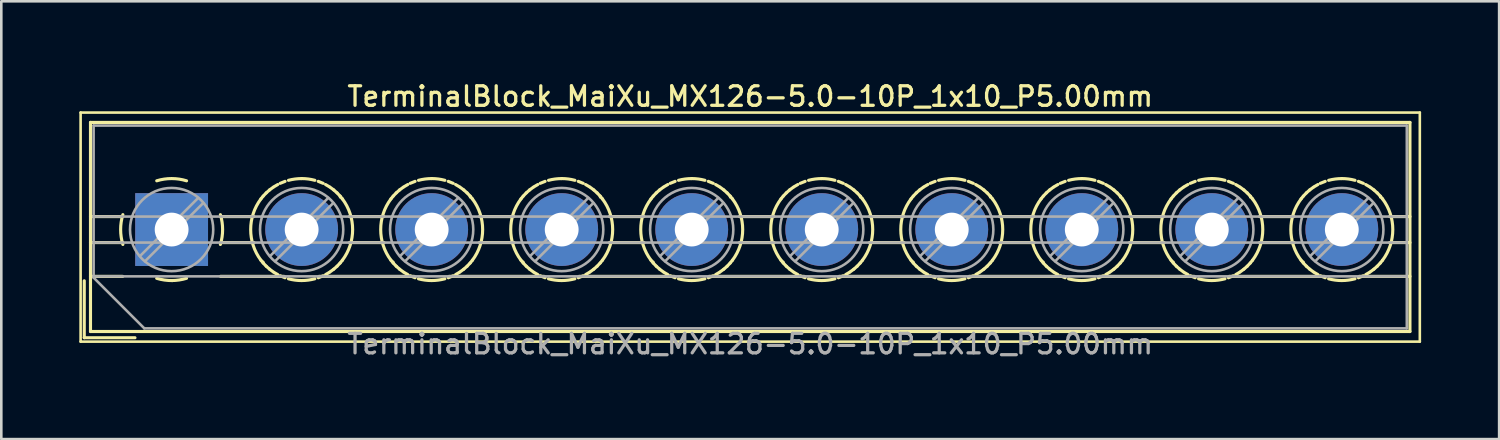
<source format=kicad_pcb>
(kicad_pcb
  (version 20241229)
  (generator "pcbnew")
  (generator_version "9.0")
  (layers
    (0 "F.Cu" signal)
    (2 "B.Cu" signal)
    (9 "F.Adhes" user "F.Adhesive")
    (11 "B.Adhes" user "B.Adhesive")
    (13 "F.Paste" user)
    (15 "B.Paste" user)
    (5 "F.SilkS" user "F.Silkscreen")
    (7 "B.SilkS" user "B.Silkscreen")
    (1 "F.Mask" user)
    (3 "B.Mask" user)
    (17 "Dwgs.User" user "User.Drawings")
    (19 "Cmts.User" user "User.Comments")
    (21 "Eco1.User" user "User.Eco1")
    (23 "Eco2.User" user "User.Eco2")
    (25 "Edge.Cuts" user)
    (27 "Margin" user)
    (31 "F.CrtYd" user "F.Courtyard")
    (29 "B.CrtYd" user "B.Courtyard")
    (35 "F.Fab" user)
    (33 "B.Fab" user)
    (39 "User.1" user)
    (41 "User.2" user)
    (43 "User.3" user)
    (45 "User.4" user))
  (footprint "TerminalBlock_MaiXu_MX126-5.0-10P_1x10_P5.00mm"
    (layer "F.Cu")
    (at 3.55 5.778)
    (property "Reference" "TerminalBlock_MaiXu_MX126-5.0-10P_1x10_P5.00mm" (at 22.25 -5.12 0) (layer "F.SilkS") (effects (font (size 0.75 0.75) (thickness 0.125))))
    (attr through_hole)
    (fp_line (start -3.5 -4.5) (end -3.5 4.31) (stroke (width 0.1) (type solid)) (layer "F.SilkS"))
    (fp_line (start -3.5 4.31) (end 48 4.31) (stroke (width 0.1) (type solid)) (layer "F.SilkS"))
    (fp_line (start -3.36 1.97) (end -3.36 4.16) (stroke (width 0.12) (type solid)) (layer "F.SilkS"))
    (fp_line (start -3.36 4.16) (end -1.41 4.16) (stroke (width 0.12) (type solid)) (layer "F.SilkS"))
    (fp_line (start -3.12 -4.12) (end -3.12 3.92) (stroke (width 0.12) (type solid)) (layer "F.SilkS"))
    (fp_line (start -3.12 -4.12) (end 47.62 -4.12) (stroke (width 0.12) (type solid)) (layer "F.SilkS"))
    (fp_line (start -3.12 -0.5) (end -1.88 -0.5) (stroke (width 0.12) (type solid)) (layer "F.SilkS"))
    (fp_line (start -3.12 0.5) (end -1.88 0.5) (stroke (width 0.12) (type solid)) (layer "F.SilkS"))
    (fp_line (start -3.12 1.8) (end -1.88 1.8) (stroke (width 0.12) (type solid)) (layer "F.SilkS"))
    (fp_line (start -3.12 3.92) (end 47.62 3.92) (stroke (width 0.12) (type solid)) (layer "F.SilkS"))
    (fp_line (start 1.88 -0.5) (end 3.165 -0.5) (stroke (width 0.12) (type solid)) (layer "F.SilkS"))
    (fp_line (start 1.88 0.5) (end 3.165 0.5) (stroke (width 0.12) (type solid)) (layer "F.SilkS"))
    (fp_line (start 1.88 1.8) (end 4.331 1.8) (stroke (width 0.12) (type solid)) (layer "F.SilkS"))
    (fp_line (start 3.514 1.248) (end 3.514 1.248) (stroke (width 0.12) (type solid)) (layer "F.SilkS"))
    (fp_line (start 5.67 1.8) (end 9.331 1.8) (stroke (width 0.12) (type solid)) (layer "F.SilkS"))
    (fp_line (start 6.487 -1.248) (end 6.487 -1.248) (stroke (width 0.12) (type solid)) (layer "F.SilkS"))
    (fp_line (start 6.836 -0.5) (end 8.165 -0.5) (stroke (width 0.12) (type solid)) (layer "F.SilkS"))
    (fp_line (start 6.836 0.5) (end 8.165 0.5) (stroke (width 0.12) (type solid)) (layer "F.SilkS"))
    (fp_line (start 8.514 1.248) (end 8.514 1.248) (stroke (width 0.12) (type solid)) (layer "F.SilkS"))
    (fp_line (start 10.67 1.8) (end 14.331 1.8) (stroke (width 0.12) (type solid)) (layer "F.SilkS"))
    (fp_line (start 11.487 -1.248) (end 11.487 -1.248) (stroke (width 0.12) (type solid)) (layer "F.SilkS"))
    (fp_line (start 11.836 -0.5) (end 13.165 -0.5) (stroke (width 0.12) (type solid)) (layer "F.SilkS"))
    (fp_line (start 11.836 0.5) (end 13.165 0.5) (stroke (width 0.12) (type solid)) (layer "F.SilkS"))
    (fp_line (start 13.514 1.248) (end 13.514 1.248) (stroke (width 0.12) (type solid)) (layer "F.SilkS"))
    (fp_line (start 15.67 1.8) (end 19.331 1.8) (stroke (width 0.12) (type solid)) (layer "F.SilkS"))
    (fp_line (start 16.487 -1.248) (end 16.487 -1.248) (stroke (width 0.12) (type solid)) (layer "F.SilkS"))
    (fp_line (start 16.836 -0.5) (end 18.165 -0.5) (stroke (width 0.12) (type solid)) (layer "F.SilkS"))
    (fp_line (start 16.836 0.5) (end 18.165 0.5) (stroke (width 0.12) (type solid)) (layer "F.SilkS"))
    (fp_line (start 18.514 1.248) (end 18.514 1.248) (stroke (width 0.12) (type solid)) (layer "F.SilkS"))
    (fp_line (start 20.67 1.8) (end 24.331 1.8) (stroke (width 0.12) (type solid)) (layer "F.SilkS"))
    (fp_line (start 21.487 -1.248) (end 21.487 -1.248) (stroke (width 0.12) (type solid)) (layer "F.SilkS"))
    (fp_line (start 21.836 -0.5) (end 23.165 -0.5) (stroke (width 0.12) (type solid)) (layer "F.SilkS"))
    (fp_line (start 21.836 0.5) (end 23.165 0.5) (stroke (width 0.12) (type solid)) (layer "F.SilkS"))
    (fp_line (start 23.514 1.248) (end 23.514 1.248) (stroke (width 0.12) (type solid)) (layer "F.SilkS"))
    (fp_line (start 25.67 1.8) (end 29.331 1.8) (stroke (width 0.12) (type solid)) (layer "F.SilkS"))
    (fp_line (start 26.487 -1.248) (end 26.487 -1.248) (stroke (width 0.12) (type solid)) (layer "F.SilkS"))
    (fp_line (start 26.836 -0.5) (end 28.165 -0.5) (stroke (width 0.12) (type solid)) (layer "F.SilkS"))
    (fp_line (start 26.836 0.5) (end 28.165 0.5) (stroke (width 0.12) (type solid)) (layer "F.SilkS"))
    (fp_line (start 28.514 1.248) (end 28.514 1.248) (stroke (width 0.12) (type solid)) (layer "F.SilkS"))
    (fp_line (start 30.67 1.8) (end 34.331 1.8) (stroke (width 0.12) (type solid)) (layer "F.SilkS"))
    (fp_line (start 31.487 -1.248) (end 31.487 -1.248) (stroke (width 0.12) (type solid)) (layer "F.SilkS"))
    (fp_line (start 31.836 -0.5) (end 33.165 -0.5) (stroke (width 0.12) (type solid)) (layer "F.SilkS"))
    (fp_line (start 31.836 0.5) (end 33.165 0.5) (stroke (width 0.12) (type solid)) (layer "F.SilkS"))
    (fp_line (start 33.514 1.248) (end 33.514 1.248) (stroke (width 0.12) (type solid)) (layer "F.SilkS"))
    (fp_line (start 35.67 1.8) (end 39.331 1.8) (stroke (width 0.12) (type solid)) (layer "F.SilkS"))
    (fp_line (start 36.487 -1.248) (end 36.487 -1.248) (stroke (width 0.12) (type solid)) (layer "F.SilkS"))
    (fp_line (start 36.836 -0.5) (end 38.165 -0.5) (stroke (width 0.12) (type solid)) (layer "F.SilkS"))
    (fp_line (start 36.836 0.5) (end 38.165 0.5) (stroke (width 0.12) (type solid)) (layer "F.SilkS"))
    (fp_line (start 38.514 1.248) (end 38.514 1.248) (stroke (width 0.12) (type solid)) (layer "F.SilkS"))
    (fp_line (start 40.67 1.8) (end 44.331 1.8) (stroke (width 0.12) (type solid)) (layer "F.SilkS"))
    (fp_line (start 41.487 -1.248) (end 41.487 -1.248) (stroke (width 0.12) (type solid)) (layer "F.SilkS"))
    (fp_line (start 41.836 -0.5) (end 43.165 -0.5) (stroke (width 0.12) (type solid)) (layer "F.SilkS"))
    (fp_line (start 41.836 0.5) (end 43.165 0.5) (stroke (width 0.12) (type solid)) (layer "F.SilkS"))
    (fp_line (start 43.514 1.248) (end 43.514 1.248) (stroke (width 0.12) (type solid)) (layer "F.SilkS"))
    (fp_line (start 45.67 1.8) (end 47.62 1.8) (stroke (width 0.12) (type solid)) (layer "F.SilkS"))
    (fp_line (start 46.487 -1.248) (end 46.487 -1.248) (stroke (width 0.12) (type solid)) (layer "F.SilkS"))
    (fp_line (start 46.836 -0.5) (end 47.62 -0.5) (stroke (width 0.12) (type solid)) (layer "F.SilkS"))
    (fp_line (start 46.836 0.5) (end 47.62 0.5) (stroke (width 0.12) (type solid)) (layer "F.SilkS"))
    (fp_line (start 47.62 -4.12) (end 47.62 3.92) (stroke (width 0.12) (type solid)) (layer "F.SilkS"))
    (fp_line (start 48 -4.5) (end -3.5 -4.5) (stroke (width 0.1) (type solid)) (layer "F.SilkS"))
    (fp_line (start 48 4.31) (end 48 -4.5) (stroke (width 0.1) (type solid)) (layer "F.SilkS"))
    (fp_arc (start -1.875422 0.572619) (mid -1.960893 -0.000722) (end -1.875 -0.574) (stroke (width 0.12) (type solid)) (layer "F.SilkS"))
    (fp_arc (start -0.572619 -1.875422) (mid 0.000722 -1.960893) (end 0.574 -1.875) (stroke (width 0.12) (type solid)) (layer "F.SilkS"))
    (fp_arc (start 0.0335 1.960607) (mid -0.273618 1.941709) (end -0.574 1.875) (stroke (width 0.12) (type solid)) (layer "F.SilkS"))
    (fp_arc (start 0.573049 1.874357) (mid 0.289706 1.938471) (end 0 1.96) (stroke (width 0.12) (type solid)) (layer "F.SilkS"))
    (fp_arc (start 1.875422 -0.572619) (mid 1.960893 0.000722) (end 1.875 0.574) (stroke (width 0.12) (type solid)) (layer "F.SilkS"))
    (fp_arc (start 3.434339 1.179122) (mid 3.039994 -0.000549) (end 3.435 -1.18) (stroke (width 0.12) (type solid)) (layer "F.SilkS"))
    (fp_arc (start 3.434826 -1.180695) (mid 3.476985 -1.2346) (end 3.521 -1.287) (stroke (width 0.12) (type solid)) (layer "F.SilkS"))
    (fp_arc (start 3.521125 1.286294) (mid 3.477135 1.233899) (end 3.435 1.18) (stroke (width 0.12) (type solid)) (layer "F.SilkS"))
    (fp_arc (start 3.521202 -1.287012) (mid 3.578748 -1.350291) (end 3.639 -1.411) (stroke (width 0.12) (type solid)) (layer "F.SilkS"))
    (fp_arc (start 3.63871 1.41001) (mid 3.578502 1.349289) (end 3.521 1.286) (stroke (width 0.12) (type solid)) (layer "F.SilkS"))
    (fp_arc (start 3.638867 -1.410738) (mid 3.701698 -1.468767) (end 3.767 -1.524) (stroke (width 0.12) (type solid)) (layer "F.SilkS"))
    (fp_arc (start 3.767069 1.523253) (mid 3.701799 1.468024) (end 3.639 1.41) (stroke (width 0.12) (type solid)) (layer "F.SilkS"))
    (fp_arc (start 3.767452 -1.524377) (mid 3.835117 -1.576689) (end 3.905 -1.626) (stroke (width 0.12) (type solid)) (layer "F.SilkS"))
    (fp_arc (start 3.904517 1.625664) (mid 3.834649 1.576332) (end 3.767 1.524) (stroke (width 0.12) (type solid)) (layer "F.SilkS"))
    (fp_arc (start 3.93363 -1.644317) (mid 4.00637 -1.689266) (end 4.081 -1.731) (stroke (width 0.12) (type solid)) (layer "F.SilkS"))
    (fp_arc (start 4.080344 1.730739) (mid 4.005726 1.688977) (end 3.933 1.644) (stroke (width 0.12) (type solid)) (layer "F.SilkS"))
    (fp_arc (start 4.172694 -1.777259) (mid 4.266842 -1.818121) (end 4.363 -1.854) (stroke (width 0.12) (type solid)) (layer "F.SilkS"))
    (fp_arc (start 4.362283 1.853815) (mid 4.266136 1.817899) (end 4.172 1.777) (stroke (width 0.12) (type solid)) (layer "F.SilkS"))
    (fp_arc (start 4.493681 -1.893473) (mid 4.74516 -1.943362) (end 5.001 -1.96) (stroke (width 0.12) (type solid)) (layer "F.SilkS"))
    (fp_arc (start 5.000479 1.960685) (mid 4.744554 1.943973) (end 4.493 1.894) (stroke (width 0.12) (type solid)) (layer "F.SilkS"))
    (fp_arc (start 5.000487 -1.960944) (mid 5.256437 -1.944104) (end 5.508 -1.894) (stroke (width 0.12) (type solid)) (layer "F.SilkS"))
    (fp_arc (start 5.507285 1.893215) (mid 5.255831 1.943232) (end 5 1.96) (stroke (width 0.12) (type solid)) (layer "F.SilkS"))
    (fp_arc (start 5.638712 -1.85392) (mid 5.734863 -1.817951) (end 5.829 -1.777) (stroke (width 0.12) (type solid)) (layer "F.SilkS"))
    (fp_arc (start 5.829295 1.77705) (mid 5.735155 1.818016) (end 5.639 1.854) (stroke (width 0.12) (type solid)) (layer "F.SilkS"))
    (fp_arc (start 5.920652 -1.730826) (mid 5.995273 -1.689021) (end 6.068 -1.644) (stroke (width 0.12) (type solid)) (layer "F.SilkS"))
    (fp_arc (start 6.068362 1.644143) (mid 5.995629 1.689179) (end 5.921 1.731) (stroke (width 0.12) (type solid)) (layer "F.SilkS"))
    (fp_arc (start 6.096479 -1.625751) (mid 6.16635 -1.576376) (end 6.234 -1.524) (stroke (width 0.12) (type solid)) (layer "F.SilkS"))
    (fp_arc (start 6.233457 1.523294) (mid 6.165838 1.575647) (end 6.096 1.625) (stroke (width 0.12) (type solid)) (layer "F.SilkS"))
    (fp_arc (start 6.233928 -1.523341) (mid 6.2992 -1.468068) (end 6.362 -1.41) (stroke (width 0.12) (type solid)) (layer "F.SilkS"))
    (fp_arc (start 6.36213 1.410651) (mid 6.299301 1.468723) (end 6.234 1.524) (stroke (width 0.12) (type solid)) (layer "F.SilkS"))
    (fp_arc (start 6.362286 -1.410097) (mid 6.422497 -1.349333) (end 6.48 -1.286) (stroke (width 0.12) (type solid)) (layer "F.SilkS"))
    (fp_arc (start 6.479707 1.285928) (mid 6.422207 1.349248) (end 6.362 1.41) (stroke (width 0.12) (type solid)) (layer "F.SilkS"))
    (fp_arc (start 6.479873 -1.286364) (mid 6.523865 -1.233934) (end 6.566 -1.18) (stroke (width 0.12) (type solid)) (layer "F.SilkS"))
    (fp_arc (start 6.565937 -1.180084) (mid 6.960805 -0.000052) (end 6.566 1.18) (stroke (width 0.12) (type solid)) (layer "F.SilkS"))
    (fp_arc (start 6.566102 1.179628) (mid 6.523979 1.233565) (end 6.48 1.286) (stroke (width 0.12) (type solid)) (layer "F.SilkS"))
    (fp_arc (start 8.434339 1.179122) (mid 8.039994 -0.000549) (end 8.435 -1.18) (stroke (width 0.12) (type solid)) (layer "F.SilkS"))
    (fp_arc (start 8.434826 -1.180695) (mid 8.476985 -1.2346) (end 8.521 -1.287) (stroke (width 0.12) (type solid)) (layer "F.SilkS"))
    (fp_arc (start 8.521125 1.286294) (mid 8.477135 1.233899) (end 8.435 1.18) (stroke (width 0.12) (type solid)) (layer "F.SilkS"))
    (fp_arc (start 8.521202 -1.287012) (mid 8.578748 -1.350291) (end 8.639 -1.411) (stroke (width 0.12) (type solid)) (layer "F.SilkS"))
    (fp_arc (start 8.63871 1.41001) (mid 8.578502 1.349289) (end 8.521 1.286) (stroke (width 0.12) (type solid)) (layer "F.SilkS"))
    (fp_arc (start 8.638867 -1.410738) (mid 8.701698 -1.468767) (end 8.767 -1.524) (stroke (width 0.12) (type solid)) (layer "F.SilkS"))
    (fp_arc (start 8.767069 1.523253) (mid 8.701799 1.468024) (end 8.639 1.41) (stroke (width 0.12) (type solid)) (layer "F.SilkS"))
    (fp_arc (start 8.767452 -1.524377) (mid 8.835117 -1.576689) (end 8.905 -1.626) (stroke (width 0.12) (type solid)) (layer "F.SilkS"))
    (fp_arc (start 8.904517 1.625664) (mid 8.834649 1.576332) (end 8.767 1.524) (stroke (width 0.12) (type solid)) (layer "F.SilkS"))
    (fp_arc (start 8.93363 -1.644317) (mid 9.00637 -1.689266) (end 9.081 -1.731) (stroke (width 0.12) (type solid)) (layer "F.SilkS"))
    (fp_arc (start 9.080344 1.730739) (mid 9.005726 1.688977) (end 8.933 1.644) (stroke (width 0.12) (type solid)) (layer "F.SilkS"))
    (fp_arc (start 9.172694 -1.777259) (mid 9.266842 -1.818121) (end 9.363 -1.854) (stroke (width 0.12) (type solid)) (layer "F.SilkS"))
    (fp_arc (start 9.362283 1.853815) (mid 9.266136 1.817899) (end 9.172 1.777) (stroke (width 0.12) (type solid)) (layer "F.SilkS"))
    (fp_arc (start 9.493681 -1.893473) (mid 9.74516 -1.943362) (end 10.001 -1.96) (stroke (width 0.12) (type solid)) (layer "F.SilkS"))
    (fp_arc (start 10.000479 1.960685) (mid 9.744554 1.943973) (end 9.493 1.894) (stroke (width 0.12) (type solid)) (layer "F.SilkS"))
    (fp_arc (start 10.000487 -1.960944) (mid 10.256437 -1.944104) (end 10.508 -1.894) (stroke (width 0.12) (type solid)) (layer "F.SilkS"))
    (fp_arc (start 10.507285 1.893215) (mid 10.255831 1.943232) (end 10 1.96) (stroke (width 0.12) (type solid)) (layer "F.SilkS"))
    (fp_arc (start 10.638712 -1.85392) (mid 10.734863 -1.817951) (end 10.829 -1.777) (stroke (width 0.12) (type solid)) (layer "F.SilkS"))
    (fp_arc (start 10.829295 1.77705) (mid 10.735155 1.818016) (end 10.639 1.854) (stroke (width 0.12) (type solid)) (layer "F.SilkS"))
    (fp_arc (start 10.920652 -1.730826) (mid 10.995273 -1.689021) (end 11.068 -1.644) (stroke (width 0.12) (type solid)) (layer "F.SilkS"))
    (fp_arc (start 11.068362 1.644143) (mid 10.995629 1.689179) (end 10.921 1.731) (stroke (width 0.12) (type solid)) (layer "F.SilkS"))
    (fp_arc (start 11.096479 -1.625751) (mid 11.16635 -1.576376) (end 11.234 -1.524) (stroke (width 0.12) (type solid)) (layer "F.SilkS"))
    (fp_arc (start 11.233457 1.523294) (mid 11.165838 1.575647) (end 11.096 1.625) (stroke (width 0.12) (type solid)) (layer "F.SilkS"))
    (fp_arc (start 11.233928 -1.523341) (mid 11.2992 -1.468068) (end 11.362 -1.41) (stroke (width 0.12) (type solid)) (layer "F.SilkS"))
    (fp_arc (start 11.36213 1.410651) (mid 11.299301 1.468723) (end 11.234 1.524) (stroke (width 0.12) (type solid)) (layer "F.SilkS"))
    (fp_arc (start 11.362286 -1.410097) (mid 11.422497 -1.349333) (end 11.48 -1.286) (stroke (width 0.12) (type solid)) (layer "F.SilkS"))
    (fp_arc (start 11.479707 1.285928) (mid 11.422207 1.349248) (end 11.362 1.41) (stroke (width 0.12) (type solid)) (layer "F.SilkS"))
    (fp_arc (start 11.479873 -1.286364) (mid 11.523865 -1.233934) (end 11.566 -1.18) (stroke (width 0.12) (type solid)) (layer "F.SilkS"))
    (fp_arc (start 11.565937 -1.180084) (mid 11.960805 -0.000052) (end 11.566 1.18) (stroke (width 0.12) (type solid)) (layer "F.SilkS"))
    (fp_arc (start 11.566102 1.179628) (mid 11.523979 1.233565) (end 11.48 1.286) (stroke (width 0.12) (type solid)) (layer "F.SilkS"))
    (fp_arc (start 13.434339 1.179122) (mid 13.039994 -0.000549) (end 13.435 -1.18) (stroke (width 0.12) (type solid)) (layer "F.SilkS"))
    (fp_arc (start 13.434826 -1.180695) (mid 13.476985 -1.2346) (end 13.521 -1.287) (stroke (width 0.12) (type solid)) (layer "F.SilkS"))
    (fp_arc (start 13.521125 1.286294) (mid 13.477135 1.233899) (end 13.435 1.18) (stroke (width 0.12) (type solid)) (layer "F.SilkS"))
    (fp_arc (start 13.521202 -1.287012) (mid 13.578748 -1.350291) (end 13.639 -1.411) (stroke (width 0.12) (type solid)) (layer "F.SilkS"))
    (fp_arc (start 13.63871 1.41001) (mid 13.578502 1.349289) (end 13.521 1.286) (stroke (width 0.12) (type solid)) (layer "F.SilkS"))
    (fp_arc (start 13.638867 -1.410738) (mid 13.701698 -1.468767) (end 13.767 -1.524) (stroke (width 0.12) (type solid)) (layer "F.SilkS"))
    (fp_arc (start 13.767069 1.523253) (mid 13.701799 1.468024) (end 13.639 1.41) (stroke (width 0.12) (type solid)) (layer "F.SilkS"))
    (fp_arc (start 13.767452 -1.524377) (mid 13.835117 -1.576689) (end 13.905 -1.626) (stroke (width 0.12) (type solid)) (layer "F.SilkS"))
    (fp_arc (start 13.904517 1.625664) (mid 13.834649 1.576332) (end 13.767 1.524) (stroke (width 0.12) (type solid)) (layer "F.SilkS"))
    (fp_arc (start 13.93363 -1.644317) (mid 14.00637 -1.689266) (end 14.081 -1.731) (stroke (width 0.12) (type solid)) (layer "F.SilkS"))
    (fp_arc (start 14.080344 1.730739) (mid 14.005726 1.688977) (end 13.933 1.644) (stroke (width 0.12) (type solid)) (layer "F.SilkS"))
    (fp_arc (start 14.172694 -1.777259) (mid 14.266842 -1.818121) (end 14.363 -1.854) (stroke (width 0.12) (type solid)) (layer "F.SilkS"))
    (fp_arc (start 14.362283 1.853815) (mid 14.266136 1.817899) (end 14.172 1.777) (stroke (width 0.12) (type solid)) (layer "F.SilkS"))
    (fp_arc (start 14.493681 -1.893473) (mid 14.74516 -1.943362) (end 15.001 -1.96) (stroke (width 0.12) (type solid)) (layer "F.SilkS"))
    (fp_arc (start 15.000479 1.960685) (mid 14.744554 1.943973) (end 14.493 1.894) (stroke (width 0.12) (type solid)) (layer "F.SilkS"))
    (fp_arc (start 15.000487 -1.960944) (mid 15.256437 -1.944104) (end 15.508 -1.894) (stroke (width 0.12) (type solid)) (layer "F.SilkS"))
    (fp_arc (start 15.507285 1.893215) (mid 15.255831 1.943232) (end 15 1.96) (stroke (width 0.12) (type solid)) (layer "F.SilkS"))
    (fp_arc (start 15.638712 -1.85392) (mid 15.734863 -1.817951) (end 15.829 -1.777) (stroke (width 0.12) (type solid)) (layer "F.SilkS"))
    (fp_arc (start 15.829295 1.77705) (mid 15.735155 1.818016) (end 15.639 1.854) (stroke (width 0.12) (type solid)) (layer "F.SilkS"))
    (fp_arc (start 15.920652 -1.730826) (mid 15.995273 -1.689021) (end 16.068 -1.644) (stroke (width 0.12) (type solid)) (layer "F.SilkS"))
    (fp_arc (start 16.068362 1.644143) (mid 15.995629 1.689179) (end 15.921 1.731) (stroke (width 0.12) (type solid)) (layer "F.SilkS"))
    (fp_arc (start 16.096479 -1.625751) (mid 16.16635 -1.576376) (end 16.234 -1.524) (stroke (width 0.12) (type solid)) (layer "F.SilkS"))
    (fp_arc (start 16.233457 1.523294) (mid 16.165838 1.575647) (end 16.096 1.625) (stroke (width 0.12) (type solid)) (layer "F.SilkS"))
    (fp_arc (start 16.233928 -1.523341) (mid 16.2992 -1.468068) (end 16.362 -1.41) (stroke (width 0.12) (type solid)) (layer "F.SilkS"))
    (fp_arc (start 16.36213 1.410651) (mid 16.299301 1.468723) (end 16.234 1.524) (stroke (width 0.12) (type solid)) (layer "F.SilkS"))
    (fp_arc (start 16.362286 -1.410097) (mid 16.422497 -1.349333) (end 16.48 -1.286) (stroke (width 0.12) (type solid)) (layer "F.SilkS"))
    (fp_arc (start 16.479707 1.285928) (mid 16.422207 1.349248) (end 16.362 1.41) (stroke (width 0.12) (type solid)) (layer "F.SilkS"))
    (fp_arc (start 16.479873 -1.286364) (mid 16.523865 -1.233934) (end 16.566 -1.18) (stroke (width 0.12) (type solid)) (layer "F.SilkS"))
    (fp_arc (start 16.565937 -1.180084) (mid 16.960805 -0.000052) (end 16.566 1.18) (stroke (width 0.12) (type solid)) (layer "F.SilkS"))
    (fp_arc (start 16.566102 1.179628) (mid 16.523979 1.233565) (end 16.48 1.286) (stroke (width 0.12) (type solid)) (layer "F.SilkS"))
    (fp_arc (start 18.434339 1.179122) (mid 18.039994 -0.000549) (end 18.435 -1.18) (stroke (width 0.12) (type solid)) (layer "F.SilkS"))
    (fp_arc (start 18.434826 -1.180695) (mid 18.476985 -1.2346) (end 18.521 -1.287) (stroke (width 0.12) (type solid)) (layer "F.SilkS"))
    (fp_arc (start 18.521125 1.286294) (mid 18.477135 1.233899) (end 18.435 1.18) (stroke (width 0.12) (type solid)) (layer "F.SilkS"))
    (fp_arc (start 18.521202 -1.287012) (mid 18.578748 -1.350291) (end 18.639 -1.411) (stroke (width 0.12) (type solid)) (layer "F.SilkS"))
    (fp_arc (start 18.63871 1.41001) (mid 18.578502 1.349289) (end 18.521 1.286) (stroke (width 0.12) (type solid)) (layer "F.SilkS"))
    (fp_arc (start 18.638867 -1.410738) (mid 18.701698 -1.468767) (end 18.767 -1.524) (stroke (width 0.12) (type solid)) (layer "F.SilkS"))
    (fp_arc (start 18.767069 1.523253) (mid 18.701799 1.468024) (end 18.639 1.41) (stroke (width 0.12) (type solid)) (layer "F.SilkS"))
    (fp_arc (start 18.767452 -1.524377) (mid 18.835117 -1.576689) (end 18.905 -1.626) (stroke (width 0.12) (type solid)) (layer "F.SilkS"))
    (fp_arc (start 18.904517 1.625664) (mid 18.834649 1.576332) (end 18.767 1.524) (stroke (width 0.12) (type solid)) (layer "F.SilkS"))
    (fp_arc (start 18.93363 -1.644317) (mid 19.00637 -1.689266) (end 19.081 -1.731) (stroke (width 0.12) (type solid)) (layer "F.SilkS"))
    (fp_arc (start 19.080344 1.730739) (mid 19.005726 1.688977) (end 18.933 1.644) (stroke (width 0.12) (type solid)) (layer "F.SilkS"))
    (fp_arc (start 19.172694 -1.777259) (mid 19.266842 -1.818121) (end 19.363 -1.854) (stroke (width 0.12) (type solid)) (layer "F.SilkS"))
    (fp_arc (start 19.362283 1.853815) (mid 19.266136 1.817899) (end 19.172 1.777) (stroke (width 0.12) (type solid)) (layer "F.SilkS"))
    (fp_arc (start 19.493681 -1.893473) (mid 19.74516 -1.943362) (end 20.001 -1.96) (stroke (width 0.12) (type solid)) (layer "F.SilkS"))
    (fp_arc (start 20.000479 1.960685) (mid 19.744554 1.943973) (end 19.493 1.894) (stroke (width 0.12) (type solid)) (layer "F.SilkS"))
    (fp_arc (start 20.000487 -1.960944) (mid 20.256437 -1.944104) (end 20.508 -1.894) (stroke (width 0.12) (type solid)) (layer "F.SilkS"))
    (fp_arc (start 20.507285 1.893215) (mid 20.255831 1.943232) (end 20 1.96) (stroke (width 0.12) (type solid)) (layer "F.SilkS"))
    (fp_arc (start 20.638712 -1.85392) (mid 20.734863 -1.817951) (end 20.829 -1.777) (stroke (width 0.12) (type solid)) (layer "F.SilkS"))
    (fp_arc (start 20.829295 1.77705) (mid 20.735155 1.818016) (end 20.639 1.854) (stroke (width 0.12) (type solid)) (layer "F.SilkS"))
    (fp_arc (start 20.920652 -1.730826) (mid 20.995273 -1.689021) (end 21.068 -1.644) (stroke (width 0.12) (type solid)) (layer "F.SilkS"))
    (fp_arc (start 21.068362 1.644143) (mid 20.995629 1.689179) (end 20.921 1.731) (stroke (width 0.12) (type solid)) (layer "F.SilkS"))
    (fp_arc (start 21.096479 -1.625751) (mid 21.16635 -1.576376) (end 21.234 -1.524) (stroke (width 0.12) (type solid)) (layer "F.SilkS"))
    (fp_arc (start 21.233457 1.523294) (mid 21.165838 1.575647) (end 21.096 1.625) (stroke (width 0.12) (type solid)) (layer "F.SilkS"))
    (fp_arc (start 21.233928 -1.523341) (mid 21.2992 -1.468068) (end 21.362 -1.41) (stroke (width 0.12) (type solid)) (layer "F.SilkS"))
    (fp_arc (start 21.36213 1.410651) (mid 21.299301 1.468723) (end 21.234 1.524) (stroke (width 0.12) (type solid)) (layer "F.SilkS"))
    (fp_arc (start 21.362286 -1.410097) (mid 21.422497 -1.349333) (end 21.48 -1.286) (stroke (width 0.12) (type solid)) (layer "F.SilkS"))
    (fp_arc (start 21.479707 1.285928) (mid 21.422207 1.349248) (end 21.362 1.41) (stroke (width 0.12) (type solid)) (layer "F.SilkS"))
    (fp_arc (start 21.479873 -1.286364) (mid 21.523865 -1.233934) (end 21.566 -1.18) (stroke (width 0.12) (type solid)) (layer "F.SilkS"))
    (fp_arc (start 21.565937 -1.180084) (mid 21.960805 -0.000052) (end 21.566 1.18) (stroke (width 0.12) (type solid)) (layer "F.SilkS"))
    (fp_arc (start 21.566102 1.179628) (mid 21.523979 1.233565) (end 21.48 1.286) (stroke (width 0.12) (type solid)) (layer "F.SilkS"))
    (fp_arc (start 23.434339 1.179122) (mid 23.039994 -0.000549) (end 23.435 -1.18) (stroke (width 0.12) (type solid)) (layer "F.SilkS"))
    (fp_arc (start 23.434826 -1.180695) (mid 23.476985 -1.2346) (end 23.521 -1.287) (stroke (width 0.12) (type solid)) (layer "F.SilkS"))
    (fp_arc (start 23.521125 1.286294) (mid 23.477135 1.233899) (end 23.435 1.18) (stroke (width 0.12) (type solid)) (layer "F.SilkS"))
    (fp_arc (start 23.521202 -1.287012) (mid 23.578748 -1.350291) (end 23.639 -1.411) (stroke (width 0.12) (type solid)) (layer "F.SilkS"))
    (fp_arc (start 23.63871 1.41001) (mid 23.578502 1.349289) (end 23.521 1.286) (stroke (width 0.12) (type solid)) (layer "F.SilkS"))
    (fp_arc (start 23.638867 -1.410738) (mid 23.701698 -1.468767) (end 23.767 -1.524) (stroke (width 0.12) (type solid)) (layer "F.SilkS"))
    (fp_arc (start 23.767069 1.523253) (mid 23.701799 1.468024) (end 23.639 1.41) (stroke (width 0.12) (type solid)) (layer "F.SilkS"))
    (fp_arc (start 23.767452 -1.524377) (mid 23.835117 -1.576689) (end 23.905 -1.626) (stroke (width 0.12) (type solid)) (layer "F.SilkS"))
    (fp_arc (start 23.904517 1.625664) (mid 23.834649 1.576332) (end 23.767 1.524) (stroke (width 0.12) (type solid)) (layer "F.SilkS"))
    (fp_arc (start 23.93363 -1.644317) (mid 24.00637 -1.689266) (end 24.081 -1.731) (stroke (width 0.12) (type solid)) (layer "F.SilkS"))
    (fp_arc (start 24.080344 1.730739) (mid 24.005726 1.688977) (end 23.933 1.644) (stroke (width 0.12) (type solid)) (layer "F.SilkS"))
    (fp_arc (start 24.172694 -1.777259) (mid 24.266842 -1.818121) (end 24.363 -1.854) (stroke (width 0.12) (type solid)) (layer "F.SilkS"))
    (fp_arc (start 24.362283 1.853815) (mid 24.266136 1.817899) (end 24.172 1.777) (stroke (width 0.12) (type solid)) (layer "F.SilkS"))
    (fp_arc (start 24.493681 -1.893473) (mid 24.74516 -1.943362) (end 25.001 -1.96) (stroke (width 0.12) (type solid)) (layer "F.SilkS"))
    (fp_arc (start 25.000479 1.960685) (mid 24.744554 1.943973) (end 24.493 1.894) (stroke (width 0.12) (type solid)) (layer "F.SilkS"))
    (fp_arc (start 25.000487 -1.960944) (mid 25.256437 -1.944104) (end 25.508 -1.894) (stroke (width 0.12) (type solid)) (layer "F.SilkS"))
    (fp_arc (start 25.507285 1.893215) (mid 25.255831 1.943232) (end 25 1.96) (stroke (width 0.12) (type solid)) (layer "F.SilkS"))
    (fp_arc (start 25.638712 -1.85392) (mid 25.734863 -1.817951) (end 25.829 -1.777) (stroke (width 0.12) (type solid)) (layer "F.SilkS"))
    (fp_arc (start 25.829295 1.77705) (mid 25.735155 1.818016) (end 25.639 1.854) (stroke (width 0.12) (type solid)) (layer "F.SilkS"))
    (fp_arc (start 25.920652 -1.730826) (mid 25.995273 -1.689021) (end 26.068 -1.644) (stroke (width 0.12) (type solid)) (layer "F.SilkS"))
    (fp_arc (start 26.068362 1.644143) (mid 25.995629 1.689179) (end 25.921 1.731) (stroke (width 0.12) (type solid)) (layer "F.SilkS"))
    (fp_arc (start 26.096479 -1.625751) (mid 26.16635 -1.576376) (end 26.234 -1.524) (stroke (width 0.12) (type solid)) (layer "F.SilkS"))
    (fp_arc (start 26.233457 1.523294) (mid 26.165838 1.575647) (end 26.096 1.625) (stroke (width 0.12) (type solid)) (layer "F.SilkS"))
    (fp_arc (start 26.233928 -1.523341) (mid 26.2992 -1.468068) (end 26.362 -1.41) (stroke (width 0.12) (type solid)) (layer "F.SilkS"))
    (fp_arc (start 26.36213 1.410651) (mid 26.299301 1.468723) (end 26.234 1.524) (stroke (width 0.12) (type solid)) (layer "F.SilkS"))
    (fp_arc (start 26.362286 -1.410097) (mid 26.422497 -1.349333) (end 26.48 -1.286) (stroke (width 0.12) (type solid)) (layer "F.SilkS"))
    (fp_arc (start 26.479707 1.285928) (mid 26.422207 1.349248) (end 26.362 1.41) (stroke (width 0.12) (type solid)) (layer "F.SilkS"))
    (fp_arc (start 26.479873 -1.286364) (mid 26.523865 -1.233934) (end 26.566 -1.18) (stroke (width 0.12) (type solid)) (layer "F.SilkS"))
    (fp_arc (start 26.565937 -1.180084) (mid 26.960805 -0.000052) (end 26.566 1.18) (stroke (width 0.12) (type solid)) (layer "F.SilkS"))
    (fp_arc (start 26.566102 1.179628) (mid 26.523979 1.233565) (end 26.48 1.286) (stroke (width 0.12) (type solid)) (layer "F.SilkS"))
    (fp_arc (start 28.434339 1.179122) (mid 28.039994 -0.000549) (end 28.435 -1.18) (stroke (width 0.12) (type solid)) (layer "F.SilkS"))
    (fp_arc (start 28.434826 -1.180695) (mid 28.476985 -1.2346) (end 28.521 -1.287) (stroke (width 0.12) (type solid)) (layer "F.SilkS"))
    (fp_arc (start 28.521125 1.286294) (mid 28.477135 1.233899) (end 28.435 1.18) (stroke (width 0.12) (type solid)) (layer "F.SilkS"))
    (fp_arc (start 28.521202 -1.287012) (mid 28.578748 -1.350291) (end 28.639 -1.411) (stroke (width 0.12) (type solid)) (layer "F.SilkS"))
    (fp_arc (start 28.63871 1.41001) (mid 28.578502 1.349289) (end 28.521 1.286) (stroke (width 0.12) (type solid)) (layer "F.SilkS"))
    (fp_arc (start 28.638867 -1.410738) (mid 28.701698 -1.468767) (end 28.767 -1.524) (stroke (width 0.12) (type solid)) (layer "F.SilkS"))
    (fp_arc (start 28.767069 1.523253) (mid 28.701799 1.468024) (end 28.639 1.41) (stroke (width 0.12) (type solid)) (layer "F.SilkS"))
    (fp_arc (start 28.767452 -1.524377) (mid 28.835117 -1.576689) (end 28.905 -1.626) (stroke (width 0.12) (type solid)) (layer "F.SilkS"))
    (fp_arc (start 28.904517 1.625664) (mid 28.834649 1.576332) (end 28.767 1.524) (stroke (width 0.12) (type solid)) (layer "F.SilkS"))
    (fp_arc (start 28.93363 -1.644317) (mid 29.00637 -1.689266) (end 29.081 -1.731) (stroke (width 0.12) (type solid)) (layer "F.SilkS"))
    (fp_arc (start 29.080344 1.730739) (mid 29.005726 1.688977) (end 28.933 1.644) (stroke (width 0.12) (type solid)) (layer "F.SilkS"))
    (fp_arc (start 29.172694 -1.777259) (mid 29.266842 -1.818121) (end 29.363 -1.854) (stroke (width 0.12) (type solid)) (layer "F.SilkS"))
    (fp_arc (start 29.362283 1.853815) (mid 29.266136 1.817899) (end 29.172 1.777) (stroke (width 0.12) (type solid)) (layer "F.SilkS"))
    (fp_arc (start 29.493681 -1.893473) (mid 29.74516 -1.943362) (end 30.001 -1.96) (stroke (width 0.12) (type solid)) (layer "F.SilkS"))
    (fp_arc (start 30.000479 1.960685) (mid 29.744554 1.943973) (end 29.493 1.894) (stroke (width 0.12) (type solid)) (layer "F.SilkS"))
    (fp_arc (start 30.000487 -1.960944) (mid 30.256437 -1.944104) (end 30.508 -1.894) (stroke (width 0.12) (type solid)) (layer "F.SilkS"))
    (fp_arc (start 30.507285 1.893215) (mid 30.255831 1.943232) (end 30 1.96) (stroke (width 0.12) (type solid)) (layer "F.SilkS"))
    (fp_arc (start 30.638712 -1.85392) (mid 30.734863 -1.817951) (end 30.829 -1.777) (stroke (width 0.12) (type solid)) (layer "F.SilkS"))
    (fp_arc (start 30.829295 1.77705) (mid 30.735155 1.818016) (end 30.639 1.854) (stroke (width 0.12) (type solid)) (layer "F.SilkS"))
    (fp_arc (start 30.920652 -1.730826) (mid 30.995273 -1.689021) (end 31.068 -1.644) (stroke (width 0.12) (type solid)) (layer "F.SilkS"))
    (fp_arc (start 31.068362 1.644143) (mid 30.995629 1.689179) (end 30.921 1.731) (stroke (width 0.12) (type solid)) (layer "F.SilkS"))
    (fp_arc (start 31.096479 -1.625751) (mid 31.16635 -1.576376) (end 31.234 -1.524) (stroke (width 0.12) (type solid)) (layer "F.SilkS"))
    (fp_arc (start 31.233457 1.523294) (mid 31.165838 1.575647) (end 31.096 1.625) (stroke (width 0.12) (type solid)) (layer "F.SilkS"))
    (fp_arc (start 31.233928 -1.523341) (mid 31.2992 -1.468068) (end 31.362 -1.41) (stroke (width 0.12) (type solid)) (layer "F.SilkS"))
    (fp_arc (start 31.36213 1.410651) (mid 31.299301 1.468723) (end 31.234 1.524) (stroke (width 0.12) (type solid)) (layer "F.SilkS"))
    (fp_arc (start 31.362286 -1.410097) (mid 31.422497 -1.349333) (end 31.48 -1.286) (stroke (width 0.12) (type solid)) (layer "F.SilkS"))
    (fp_arc (start 31.479707 1.285928) (mid 31.422207 1.349248) (end 31.362 1.41) (stroke (width 0.12) (type solid)) (layer "F.SilkS"))
    (fp_arc (start 31.479873 -1.286364) (mid 31.523865 -1.233934) (end 31.566 -1.18) (stroke (width 0.12) (type solid)) (layer "F.SilkS"))
    (fp_arc (start 31.565937 -1.180084) (mid 31.960805 -0.000052) (end 31.566 1.18) (stroke (width 0.12) (type solid)) (layer "F.SilkS"))
    (fp_arc (start 31.566102 1.179628) (mid 31.523979 1.233565) (end 31.48 1.286) (stroke (width 0.12) (type solid)) (layer "F.SilkS"))
    (fp_arc (start 33.434339 1.179122) (mid 33.039994 -0.000549) (end 33.435 -1.18) (stroke (width 0.12) (type solid)) (layer "F.SilkS"))
    (fp_arc (start 33.434826 -1.180695) (mid 33.476985 -1.2346) (end 33.521 -1.287) (stroke (width 0.12) (type solid)) (layer "F.SilkS"))
    (fp_arc (start 33.521125 1.286294) (mid 33.477135 1.233899) (end 33.435 1.18) (stroke (width 0.12) (type solid)) (layer "F.SilkS"))
    (fp_arc (start 33.521202 -1.287012) (mid 33.578748 -1.350291) (end 33.639 -1.411) (stroke (width 0.12) (type solid)) (layer "F.SilkS"))
    (fp_arc (start 33.63871 1.41001) (mid 33.578502 1.349289) (end 33.521 1.286) (stroke (width 0.12) (type solid)) (layer "F.SilkS"))
    (fp_arc (start 33.638867 -1.410738) (mid 33.701698 -1.468767) (end 33.767 -1.524) (stroke (width 0.12) (type solid)) (layer "F.SilkS"))
    (fp_arc (start 33.767069 1.523253) (mid 33.701799 1.468024) (end 33.639 1.41) (stroke (width 0.12) (type solid)) (layer "F.SilkS"))
    (fp_arc (start 33.767452 -1.524377) (mid 33.835117 -1.576689) (end 33.905 -1.626) (stroke (width 0.12) (type solid)) (layer "F.SilkS"))
    (fp_arc (start 33.904517 1.625664) (mid 33.834649 1.576332) (end 33.767 1.524) (stroke (width 0.12) (type solid)) (layer "F.SilkS"))
    (fp_arc (start 33.93363 -1.644317) (mid 34.00637 -1.689266) (end 34.081 -1.731) (stroke (width 0.12) (type solid)) (layer "F.SilkS"))
    (fp_arc (start 34.080344 1.730739) (mid 34.005726 1.688977) (end 33.933 1.644) (stroke (width 0.12) (type solid)) (layer "F.SilkS"))
    (fp_arc (start 34.172694 -1.777259) (mid 34.266842 -1.818121) (end 34.363 -1.854) (stroke (width 0.12) (type solid)) (layer "F.SilkS"))
    (fp_arc (start 34.362283 1.853815) (mid 34.266136 1.817899) (end 34.172 1.777) (stroke (width 0.12) (type solid)) (layer "F.SilkS"))
    (fp_arc (start 34.493681 -1.893473) (mid 34.74516 -1.943362) (end 35.001 -1.96) (stroke (width 0.12) (type solid)) (layer "F.SilkS"))
    (fp_arc (start 35.000479 1.960685) (mid 34.744554 1.943973) (end 34.493 1.894) (stroke (width 0.12) (type solid)) (layer "F.SilkS"))
    (fp_arc (start 35.000487 -1.960944) (mid 35.256437 -1.944104) (end 35.508 -1.894) (stroke (width 0.12) (type solid)) (layer "F.SilkS"))
    (fp_arc (start 35.507285 1.893215) (mid 35.255831 1.943232) (end 35 1.96) (stroke (width 0.12) (type solid)) (layer "F.SilkS"))
    (fp_arc (start 35.638712 -1.85392) (mid 35.734863 -1.817951) (end 35.829 -1.777) (stroke (width 0.12) (type solid)) (layer "F.SilkS"))
    (fp_arc (start 35.829295 1.77705) (mid 35.735155 1.818016) (end 35.639 1.854) (stroke (width 0.12) (type solid)) (layer "F.SilkS"))
    (fp_arc (start 35.920652 -1.730826) (mid 35.995273 -1.689021) (end 36.068 -1.644) (stroke (width 0.12) (type solid)) (layer "F.SilkS"))
    (fp_arc (start 36.068362 1.644143) (mid 35.995629 1.689179) (end 35.921 1.731) (stroke (width 0.12) (type solid)) (layer "F.SilkS"))
    (fp_arc (start 36.096479 -1.625751) (mid 36.16635 -1.576376) (end 36.234 -1.524) (stroke (width 0.12) (type solid)) (layer "F.SilkS"))
    (fp_arc (start 36.233457 1.523294) (mid 36.165838 1.575647) (end 36.096 1.625) (stroke (width 0.12) (type solid)) (layer "F.SilkS"))
    (fp_arc (start 36.233928 -1.523341) (mid 36.2992 -1.468068) (end 36.362 -1.41) (stroke (width 0.12) (type solid)) (layer "F.SilkS"))
    (fp_arc (start 36.36213 1.410651) (mid 36.299301 1.468723) (end 36.234 1.524) (stroke (width 0.12) (type solid)) (layer "F.SilkS"))
    (fp_arc (start 36.362286 -1.410097) (mid 36.422497 -1.349333) (end 36.48 -1.286) (stroke (width 0.12) (type solid)) (layer "F.SilkS"))
    (fp_arc (start 36.479707 1.285928) (mid 36.422207 1.349248) (end 36.362 1.41) (stroke (width 0.12) (type solid)) (layer "F.SilkS"))
    (fp_arc (start 36.479873 -1.286364) (mid 36.523865 -1.233934) (end 36.566 -1.18) (stroke (width 0.12) (type solid)) (layer "F.SilkS"))
    (fp_arc (start 36.565937 -1.180084) (mid 36.960805 -0.000052) (end 36.566 1.18) (stroke (width 0.12) (type solid)) (layer "F.SilkS"))
    (fp_arc (start 36.566102 1.179628) (mid 36.523979 1.233565) (end 36.48 1.286) (stroke (width 0.12) (type solid)) (layer "F.SilkS"))
    (fp_arc (start 38.434339 1.179122) (mid 38.039994 -0.000549) (end 38.435 -1.18) (stroke (width 0.12) (type solid)) (layer "F.SilkS"))
    (fp_arc (start 38.434826 -1.180695) (mid 38.476985 -1.2346) (end 38.521 -1.287) (stroke (width 0.12) (type solid)) (layer "F.SilkS"))
    (fp_arc (start 38.521125 1.286294) (mid 38.477135 1.233899) (end 38.435 1.18) (stroke (width 0.12) (type solid)) (layer "F.SilkS"))
    (fp_arc (start 38.521202 -1.287012) (mid 38.578748 -1.350291) (end 38.639 -1.411) (stroke (width 0.12) (type solid)) (layer "F.SilkS"))
    (fp_arc (start 38.63871 1.41001) (mid 38.578502 1.349289) (end 38.521 1.286) (stroke (width 0.12) (type solid)) (layer "F.SilkS"))
    (fp_arc (start 38.638867 -1.410738) (mid 38.701698 -1.468767) (end 38.767 -1.524) (stroke (width 0.12) (type solid)) (layer "F.SilkS"))
    (fp_arc (start 38.767069 1.523253) (mid 38.701799 1.468024) (end 38.639 1.41) (stroke (width 0.12) (type solid)) (layer "F.SilkS"))
    (fp_arc (start 38.767452 -1.524377) (mid 38.835117 -1.576689) (end 38.905 -1.626) (stroke (width 0.12) (type solid)) (layer "F.SilkS"))
    (fp_arc (start 38.904517 1.625664) (mid 38.834649 1.576332) (end 38.767 1.524) (stroke (width 0.12) (type solid)) (layer "F.SilkS"))
    (fp_arc (start 38.93363 -1.644317) (mid 39.00637 -1.689266) (end 39.081 -1.731) (stroke (width 0.12) (type solid)) (layer "F.SilkS"))
    (fp_arc (start 39.080344 1.730739) (mid 39.005726 1.688977) (end 38.933 1.644) (stroke (width 0.12) (type solid)) (layer "F.SilkS"))
    (fp_arc (start 39.172694 -1.777259) (mid 39.266842 -1.818121) (end 39.363 -1.854) (stroke (width 0.12) (type solid)) (layer "F.SilkS"))
    (fp_arc (start 39.362283 1.853815) (mid 39.266136 1.817899) (end 39.172 1.777) (stroke (width 0.12) (type solid)) (layer "F.SilkS"))
    (fp_arc (start 39.493681 -1.893473) (mid 39.74516 -1.943362) (end 40.001 -1.96) (stroke (width 0.12) (type solid)) (layer "F.SilkS"))
    (fp_arc (start 40.000479 1.960685) (mid 39.744554 1.943973) (end 39.493 1.894) (stroke (width 0.12) (type solid)) (layer "F.SilkS"))
    (fp_arc (start 40.000487 -1.960944) (mid 40.256437 -1.944104) (end 40.508 -1.894) (stroke (width 0.12) (type solid)) (layer "F.SilkS"))
    (fp_arc (start 40.507285 1.893215) (mid 40.255831 1.943232) (end 40 1.96) (stroke (width 0.12) (type solid)) (layer "F.SilkS"))
    (fp_arc (start 40.638712 -1.85392) (mid 40.734863 -1.817951) (end 40.829 -1.777) (stroke (width 0.12) (type solid)) (layer "F.SilkS"))
    (fp_arc (start 40.829295 1.77705) (mid 40.735155 1.818016) (end 40.639 1.854) (stroke (width 0.12) (type solid)) (layer "F.SilkS"))
    (fp_arc (start 40.920652 -1.730826) (mid 40.995273 -1.689021) (end 41.068 -1.644) (stroke (width 0.12) (type solid)) (layer "F.SilkS"))
    (fp_arc (start 41.068362 1.644143) (mid 40.995629 1.689179) (end 40.921 1.731) (stroke (width 0.12) (type solid)) (layer "F.SilkS"))
    (fp_arc (start 41.096479 -1.625751) (mid 41.16635 -1.576376) (end 41.234 -1.524) (stroke (width 0.12) (type solid)) (layer "F.SilkS"))
    (fp_arc (start 41.233457 1.523294) (mid 41.165838 1.575647) (end 41.096 1.625) (stroke (width 0.12) (type solid)) (layer "F.SilkS"))
    (fp_arc (start 41.233928 -1.523341) (mid 41.2992 -1.468068) (end 41.362 -1.41) (stroke (width 0.12) (type solid)) (layer "F.SilkS"))
    (fp_arc (start 41.36213 1.410651) (mid 41.299301 1.468723) (end 41.234 1.524) (stroke (width 0.12) (type solid)) (layer "F.SilkS"))
    (fp_arc (start 41.362286 -1.410097) (mid 41.422497 -1.349333) (end 41.48 -1.286) (stroke (width 0.12) (type solid)) (layer "F.SilkS"))
    (fp_arc (start 41.479707 1.285928) (mid 41.422207 1.349248) (end 41.362 1.41) (stroke (width 0.12) (type solid)) (layer "F.SilkS"))
    (fp_arc (start 41.479873 -1.286364) (mid 41.523865 -1.233934) (end 41.566 -1.18) (stroke (width 0.12) (type solid)) (layer "F.SilkS"))
    (fp_arc (start 41.565937 -1.180084) (mid 41.960805 -0.000052) (end 41.566 1.18) (stroke (width 0.12) (type solid)) (layer "F.SilkS"))
    (fp_arc (start 41.566102 1.179628) (mid 41.523979 1.233565) (end 41.48 1.286) (stroke (width 0.12) (type solid)) (layer "F.SilkS"))
    (fp_arc (start 43.434339 1.179122) (mid 43.039994 -0.000549) (end 43.435 -1.18) (stroke (width 0.12) (type solid)) (layer "F.SilkS"))
    (fp_arc (start 43.434826 -1.180695) (mid 43.476985 -1.2346) (end 43.521 -1.287) (stroke (width 0.12) (type solid)) (layer "F.SilkS"))
    (fp_arc (start 43.521125 1.286294) (mid 43.477135 1.233899) (end 43.435 1.18) (stroke (width 0.12) (type solid)) (layer "F.SilkS"))
    (fp_arc (start 43.521202 -1.287012) (mid 43.578748 -1.350291) (end 43.639 -1.411) (stroke (width 0.12) (type solid)) (layer "F.SilkS"))
    (fp_arc (start 43.63871 1.41001) (mid 43.578502 1.349289) (end 43.521 1.286) (stroke (width 0.12) (type solid)) (layer "F.SilkS"))
    (fp_arc (start 43.638867 -1.410738) (mid 43.701698 -1.468767) (end 43.767 -1.524) (stroke (width 0.12) (type solid)) (layer "F.SilkS"))
    (fp_arc (start 43.767069 1.523253) (mid 43.701799 1.468024) (end 43.639 1.41) (stroke (width 0.12) (type solid)) (layer "F.SilkS"))
    (fp_arc (start 43.767452 -1.524377) (mid 43.835117 -1.576689) (end 43.905 -1.626) (stroke (width 0.12) (type solid)) (layer "F.SilkS"))
    (fp_arc (start 43.904517 1.625664) (mid 43.834649 1.576332) (end 43.767 1.524) (stroke (width 0.12) (type solid)) (layer "F.SilkS"))
    (fp_arc (start 43.93363 -1.644317) (mid 44.00637 -1.689266) (end 44.081 -1.731) (stroke (width 0.12) (type solid)) (layer "F.SilkS"))
    (fp_arc (start 44.080344 1.730739) (mid 44.005726 1.688977) (end 43.933 1.644) (stroke (width 0.12) (type solid)) (layer "F.SilkS"))
    (fp_arc (start 44.172694 -1.777259) (mid 44.266842 -1.818121) (end 44.363 -1.854) (stroke (width 0.12) (type solid)) (layer "F.SilkS"))
    (fp_arc (start 44.362283 1.853815) (mid 44.266136 1.817899) (end 44.172 1.777) (stroke (width 0.12) (type solid)) (layer "F.SilkS"))
    (fp_arc (start 44.493681 -1.893473) (mid 44.74516 -1.943362) (end 45.001 -1.96) (stroke (width 0.12) (type solid)) (layer "F.SilkS"))
    (fp_arc (start 45.000479 1.960685) (mid 44.744554 1.943973) (end 44.493 1.894) (stroke (width 0.12) (type solid)) (layer "F.SilkS"))
    (fp_arc (start 45.000487 -1.960944) (mid 45.256437 -1.944104) (end 45.508 -1.894) (stroke (width 0.12) (type solid)) (layer "F.SilkS"))
    (fp_arc (start 45.507285 1.893215) (mid 45.255831 1.943232) (end 45 1.96) (stroke (width 0.12) (type solid)) (layer "F.SilkS"))
    (fp_arc (start 45.638712 -1.85392) (mid 45.734863 -1.817951) (end 45.829 -1.777) (stroke (width 0.12) (type solid)) (layer "F.SilkS"))
    (fp_arc (start 45.829295 1.77705) (mid 45.735155 1.818016) (end 45.639 1.854) (stroke (width 0.12) (type solid)) (layer "F.SilkS"))
    (fp_arc (start 45.920652 -1.730826) (mid 45.995273 -1.689021) (end 46.068 -1.644) (stroke (width 0.12) (type solid)) (layer "F.SilkS"))
    (fp_arc (start 46.068362 1.644143) (mid 45.995629 1.689179) (end 45.921 1.731) (stroke (width 0.12) (type solid)) (layer "F.SilkS"))
    (fp_arc (start 46.096479 -1.625751) (mid 46.16635 -1.576376) (end 46.234 -1.524) (stroke (width 0.12) (type solid)) (layer "F.SilkS"))
    (fp_arc (start 46.233457 1.523294) (mid 46.165838 1.575647) (end 46.096 1.625) (stroke (width 0.12) (type solid)) (layer "F.SilkS"))
    (fp_arc (start 46.233928 -1.523341) (mid 46.2992 -1.468068) (end 46.362 -1.41) (stroke (width 0.12) (type solid)) (layer "F.SilkS"))
    (fp_arc (start 46.36213 1.410651) (mid 46.299301 1.468723) (end 46.234 1.524) (stroke (width 0.12) (type solid)) (layer "F.SilkS"))
    (fp_arc (start 46.362286 -1.410097) (mid 46.422497 -1.349333) (end 46.48 -1.286) (stroke (width 0.12) (type solid)) (layer "F.SilkS"))
    (fp_arc (start 46.479707 1.285928) (mid 46.422207 1.349248) (end 46.362 1.41) (stroke (width 0.12) (type solid)) (layer "F.SilkS"))
    (fp_arc (start 46.479873 -1.286364) (mid 46.523865 -1.233934) (end 46.566 -1.18) (stroke (width 0.12) (type solid)) (layer "F.SilkS"))
    (fp_arc (start 46.565937 -1.180084) (mid 46.960805 -0.000052) (end 46.566 1.18) (stroke (width 0.12) (type solid)) (layer "F.SilkS"))
    (fp_arc (start 46.566102 1.179628) (mid 46.523979 1.233565) (end 46.48 1.286) (stroke (width 0.12) (type solid)) (layer "F.SilkS"))
    (fp_line (start -3 -4) (end 47.5 -4) (stroke (width 0.1) (type solid)) (layer "F.Fab"))
    (fp_line (start -3 -0.5) (end 47.5 -0.5) (stroke (width 0.1) (type solid)) (layer "F.Fab"))
    (fp_line (start -3 0.5) (end 47.5 0.5) (stroke (width 0.1) (type solid)) (layer "F.Fab"))
    (fp_line (start -3 1.8) (end 47.5 1.8) (stroke (width 0.1) (type solid)) (layer "F.Fab"))
    (fp_line (start -3 1.85) (end -3 -4) (stroke (width 0.1) (type solid)) (layer "F.Fab"))
    (fp_line (start -1.05 3.8) (end -3 1.85) (stroke (width 0.1) (type solid)) (layer "F.Fab"))
    (fp_line (start 1.019 -1.214) (end -1.214 1.018) (stroke (width 0.1) (type solid)) (layer "F.Fab"))
    (fp_line (start 1.214 -1.019) (end -1.019 1.214) (stroke (width 0.1) (type solid)) (layer "F.Fab"))
    (fp_line (start 6.019 -1.214) (end 3.787 1.018) (stroke (width 0.1) (type solid)) (layer "F.Fab"))
    (fp_line (start 6.214 -1.019) (end 3.982 1.214) (stroke (width 0.1) (type solid)) (layer "F.Fab"))
    (fp_line (start 11.019 -1.214) (end 8.787 1.018) (stroke (width 0.1) (type solid)) (layer "F.Fab"))
    (fp_line (start 11.214 -1.019) (end 8.982 1.214) (stroke (width 0.1) (type solid)) (layer "F.Fab"))
    (fp_line (start 16.019 -1.214) (end 13.787 1.018) (stroke (width 0.1) (type solid)) (layer "F.Fab"))
    (fp_line (start 16.214 -1.019) (end 13.982 1.214) (stroke (width 0.1) (type solid)) (layer "F.Fab"))
    (fp_line (start 21.019 -1.214) (end 18.787 1.018) (stroke (width 0.1) (type solid)) (layer "F.Fab"))
    (fp_line (start 21.214 -1.019) (end 18.982 1.214) (stroke (width 0.1) (type solid)) (layer "F.Fab"))
    (fp_line (start 26.019 -1.214) (end 23.787 1.018) (stroke (width 0.1) (type solid)) (layer "F.Fab"))
    (fp_line (start 26.214 -1.019) (end 23.982 1.214) (stroke (width 0.1) (type solid)) (layer "F.Fab"))
    (fp_line (start 31.019 -1.214) (end 28.787 1.018) (stroke (width 0.1) (type solid)) (layer "F.Fab"))
    (fp_line (start 31.214 -1.019) (end 28.982 1.214) (stroke (width 0.1) (type solid)) (layer "F.Fab"))
    (fp_line (start 36.019 -1.214) (end 33.787 1.018) (stroke (width 0.1) (type solid)) (layer "F.Fab"))
    (fp_line (start 36.214 -1.019) (end 33.982 1.214) (stroke (width 0.1) (type solid)) (layer "F.Fab"))
    (fp_line (start 41.019 -1.214) (end 38.787 1.018) (stroke (width 0.1) (type solid)) (layer "F.Fab"))
    (fp_line (start 41.214 -1.019) (end 38.982 1.214) (stroke (width 0.1) (type solid)) (layer "F.Fab"))
    (fp_line (start 46.019 -1.214) (end 43.787 1.018) (stroke (width 0.1) (type solid)) (layer "F.Fab"))
    (fp_line (start 46.214 -1.019) (end 43.982 1.214) (stroke (width 0.1) (type solid)) (layer "F.Fab"))
    (fp_line (start 47.5 -4) (end 47.5 3.8) (stroke (width 0.1) (type solid)) (layer "F.Fab"))
    (fp_line (start 47.5 3.8) (end -1.05 3.8) (stroke (width 0.1) (type solid)) (layer "F.Fab"))
    (fp_circle (center 0 0) (end 1.6 0) (stroke (width 0.1) (type solid)) (fill no) (layer "F.Fab"))
    (fp_circle (center 5 0) (end 6.6 0) (stroke (width 0.1) (type solid)) (fill no) (layer "F.Fab"))
    (fp_circle (center 10 0) (end 11.6 0) (stroke (width 0.1) (type solid)) (fill no) (layer "F.Fab"))
    (fp_circle (center 15 0) (end 16.6 0) (stroke (width 0.1) (type solid)) (fill no) (layer "F.Fab"))
    (fp_circle (center 20 0) (end 21.6 0) (stroke (width 0.1) (type solid)) (fill no) (layer "F.Fab"))
    (fp_circle (center 25 0) (end 26.6 0) (stroke (width 0.1) (type solid)) (fill no) (layer "F.Fab"))
    (fp_circle (center 30 0) (end 31.6 0) (stroke (width 0.1) (type solid)) (fill no) (layer "F.Fab"))
    (fp_circle (center 35 0) (end 36.6 0) (stroke (width 0.1) (type solid)) (fill no) (layer "F.Fab"))
    (fp_circle (center 40 0) (end 41.6 0) (stroke (width 0.1) (type solid)) (fill no) (layer "F.Fab"))
    (fp_circle (center 45 0) (end 46.6 0) (stroke (width 0.1) (type solid)) (fill no) (layer "F.Fab"))
    (fp_text user "${REFERENCE}" (at 22.25 4.4 0) (layer "F.Fab") (effects (font (size 0.75 0.75) (thickness 0.125))))
    (pad "1" thru_hole rect (at 0 0) (size 2.8 2.8) (drill 1.3) (layers "*.Cu" "*.Mask"))
    (pad "2" thru_hole circle (at 5 0) (size 2.8 2.8) (drill 1.3) (layers "*.Cu" "*.Mask"))
    (pad "3" thru_hole circle (at 10 0) (size 2.8 2.8) (drill 1.3) (layers "*.Cu" "*.Mask"))
    (pad "4" thru_hole circle (at 15 0) (size 2.8 2.8) (drill 1.3) (layers "*.Cu" "*.Mask"))
    (pad "5" thru_hole circle (at 20 0) (size 2.8 2.8) (drill 1.3) (layers "*.Cu" "*.Mask"))
    (pad "6" thru_hole circle (at 25 0) (size 2.8 2.8) (drill 1.3) (layers "*.Cu" "*.Mask"))
    (pad "7" thru_hole circle (at 30 0) (size 2.8 2.8) (drill 1.3) (layers "*.Cu" "*.Mask"))
    (pad "8" thru_hole circle (at 35 0) (size 2.8 2.8) (drill 1.3) (layers "*.Cu" "*.Mask"))
    (pad "9" thru_hole circle (at 40 0) (size 2.8 2.8) (drill 1.3) (layers "*.Cu" "*.Mask"))
    (pad "10" thru_hole circle (at 45 0) (size 2.8 2.8) (drill 1.3) (layers "*.Cu" "*.Mask")))
  (gr_rect
    (start -3 -3)
    (end 54.6 13.836)
    (stroke (width 0.1) (type default))
    (fill no)
    (layer "Edge.Cuts")))
</source>
